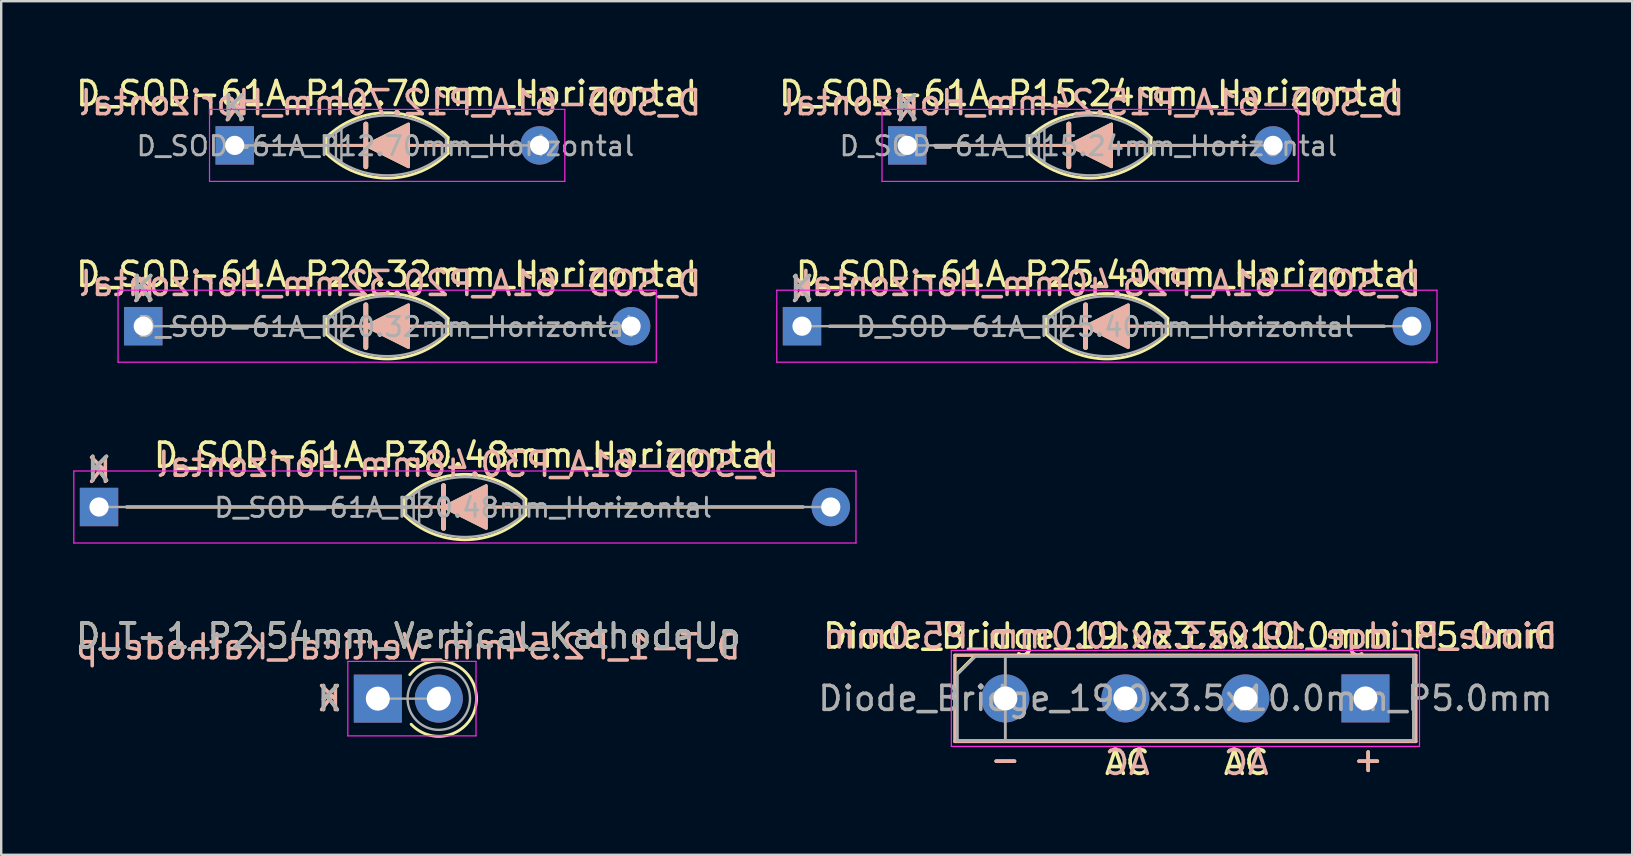
<source format=kicad_pcb>
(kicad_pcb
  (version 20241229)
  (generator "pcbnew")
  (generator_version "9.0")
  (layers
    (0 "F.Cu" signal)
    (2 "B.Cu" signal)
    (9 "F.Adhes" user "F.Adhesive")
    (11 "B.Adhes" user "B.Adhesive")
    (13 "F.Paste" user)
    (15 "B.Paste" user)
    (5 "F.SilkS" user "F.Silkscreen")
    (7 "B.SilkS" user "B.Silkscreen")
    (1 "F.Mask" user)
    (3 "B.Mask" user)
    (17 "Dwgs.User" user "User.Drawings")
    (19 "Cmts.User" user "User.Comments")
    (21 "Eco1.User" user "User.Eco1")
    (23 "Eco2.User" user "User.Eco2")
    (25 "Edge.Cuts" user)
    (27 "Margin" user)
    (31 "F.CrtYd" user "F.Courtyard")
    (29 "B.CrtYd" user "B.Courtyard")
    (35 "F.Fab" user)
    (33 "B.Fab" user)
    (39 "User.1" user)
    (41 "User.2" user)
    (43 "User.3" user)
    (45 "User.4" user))
  (footprint "D_SOD-61A_P12.70mm_Horizontal"
    (layer "F.Cu")
    (at 6.727 3.006)
    (property "Reference" "D_SOD-61A_P12.70mm_Horizontal" (at 6.35 -2.158 0) (layer "F.SilkS") (effects (font (size 1 1) (thickness 0.15))))
    (attr through_hole)
    (fp_line (start 1.143 0) (end 11.557 0) (stroke (width 0.12) (type solid)) (layer "F.SilkS"))
    (fp_line (start 3.81 0.33) (end 3.81 -0.33) (stroke (width 0.12) (type default)) (layer "F.SilkS"))
    (fp_line (start 5.461 -0.889) (end 5.461 0.889) (stroke (width 0.2) (type default)) (layer "F.SilkS"))
    (fp_line (start 8.89 0.33) (end 8.89 -0.33) (stroke (width 0.12) (type default)) (layer "F.SilkS"))
    (fp_arc (start 3.81 -0.3302) (mid 6.35 -1.360382) (end 8.89 -0.3302) (stroke (width 0.12) (type default)) (layer "F.SilkS"))
    (fp_arc (start 8.889999 0.3302) (mid 6.35 1.36356) (end 3.810001 0.330199) (stroke (width 0.12) (type default)) (layer "F.SilkS"))
    (fp_poly (pts (xy 5.461 0) (xy 7.239 -0.889) (xy 7.239 0.889)) (stroke (width 0.12) (type solid)) (fill yes) (layer "F.SilkS"))
    (fp_line (start 1.143 0) (end 11.557 0) (stroke (width 0.12) (type solid)) (layer "B.SilkS"))
    (fp_line (start 5.461 0.889) (end 5.461 -0.889) (stroke (width 0.2) (type default)) (layer "B.SilkS"))
    (fp_poly (pts (xy 5.461 0) (xy 7.239 0.889) (xy 7.239 -0.889)) (stroke (width 0.12) (type solid)) (fill yes) (layer "B.SilkS"))
    (fp_line (start -1.05 -1.5) (end -1.05 1.5) (stroke (width 0.05) (type solid)) (layer "F.CrtYd"))
    (fp_line (start -1.05 1.5) (end 13.75 1.5) (stroke (width 0.05) (type solid)) (layer "F.CrtYd"))
    (fp_line (start 13.75 -1.5) (end -1.05 -1.5) (stroke (width 0.05) (type solid)) (layer "F.CrtYd"))
    (fp_line (start 13.75 1.5) (end 13.75 -1.5) (stroke (width 0.05) (type solid)) (layer "F.CrtYd"))
    (fp_line (start 3.9 -0.3) (end 3.9 0.3) (stroke (width 0.1) (type default)) (layer "F.Fab"))
    (fp_line (start 3.9 0) (end 0 0) (stroke (width 0.1) (type default)) (layer "F.Fab"))
    (fp_line (start 8.8 -0.3) (end 8.8 0.3) (stroke (width 0.1) (type default)) (layer "F.Fab"))
    (fp_line (start 8.8 0) (end 12.7 0) (stroke (width 0.1) (type default)) (layer "F.Fab"))
    (fp_arc (start 3.900001 -0.299999) (mid 6.35 -1.246955) (end 8.799999 -0.299999) (stroke (width 0.1) (type default)) (layer "F.Fab"))
    (fp_arc (start 8.802763 0.303045) (mid 6.35 1.25) (end 3.897237 0.303045) (stroke (width 0.1) (type default)) (layer "F.Fab"))
    (fp_poly (pts (xy 4.216 -0.533) (xy 4.216 0.533) (xy 4.445 0.686) (xy 4.445 -0.686)) (stroke (width 0.1) (type solid)) (fill no) (layer "F.Fab"))
    (fp_text user "K" (at 0 -1.565 0) (layer "F.SilkS") (effects (font (size 1 1) (thickness 0.15))))
    (fp_text user "${REFERENCE}" (at 6.477 -1.778 0) (layer "B.SilkS") (effects (font (size 1 1) (thickness 0.15)) (justify mirror)))
    (fp_text user "K" (at 0 -1.524 0) (layer "B.SilkS") (effects (font (size 1 1) (thickness 0.15)) (justify mirror)))
    (fp_text user "K" (at 0 -1.565 0) (layer "F.Fab") (effects (font (size 1 1) (thickness 0.15))))
    (fp_text user "${REFERENCE}" (at 6.277 0.028 0) (layer "F.Fab") (effects (font (size 0.8 0.8) (thickness 0.12))))
    (pad "1" thru_hole rect (at 0 0) (size 1.6 1.6) (drill 0.8) (layers "*.Cu" "*.Mask"))
    (pad "2" thru_hole oval (at 12.7 0) (size 1.6 1.6) (drill 0.8) (layers "*.Cu" "*.Mask")))
  (footprint "D_SOD-61A_P25.40mm_Horizontal"
    (layer "F.Cu")
    (at 30.357 10.537)
    (property "Reference" "D_SOD-61A_P25.40mm_Horizontal" (at 12.7 -2.158 0) (layer "F.SilkS") (effects (font (size 1 1) (thickness 0.15))))
    (attr through_hole)
    (fp_line (start 1.143 0) (end 24.257 0) (stroke (width 0.12) (type solid)) (layer "F.SilkS"))
    (fp_line (start 10.16 0.33) (end 10.16 -0.33) (stroke (width 0.12) (type default)) (layer "F.SilkS"))
    (fp_line (start 11.811 -0.889) (end 11.811 0.889) (stroke (width 0.2) (type default)) (layer "F.SilkS"))
    (fp_line (start 15.24 0.33) (end 15.24 -0.33) (stroke (width 0.12) (type default)) (layer "F.SilkS"))
    (fp_arc (start 10.16 -0.3302) (mid 12.7 -1.360382) (end 15.24 -0.3302) (stroke (width 0.12) (type default)) (layer "F.SilkS"))
    (fp_arc (start 15.239999 0.3302) (mid 12.7 1.36356) (end 10.160001 0.330199) (stroke (width 0.12) (type default)) (layer "F.SilkS"))
    (fp_poly (pts (xy 11.811 0) (xy 13.589 -0.889) (xy 13.589 0.889)) (stroke (width 0.12) (type solid)) (fill yes) (layer "F.SilkS"))
    (fp_line (start 1.143 0) (end 24.257 0) (stroke (width 0.12) (type solid)) (layer "B.SilkS"))
    (fp_line (start 11.811 0.889) (end 11.811 -0.889) (stroke (width 0.2) (type default)) (layer "B.SilkS"))
    (fp_poly (pts (xy 11.811 0) (xy 13.589 0.889) (xy 13.589 -0.889)) (stroke (width 0.12) (type solid)) (fill yes) (layer "B.SilkS"))
    (fp_line (start -1.05 -1.5) (end -1.05 1.5) (stroke (width 0.05) (type solid)) (layer "F.CrtYd"))
    (fp_line (start -1.05 1.5) (end 26.45 1.5) (stroke (width 0.05) (type solid)) (layer "F.CrtYd"))
    (fp_line (start 26.45 -1.5) (end -1.05 -1.5) (stroke (width 0.05) (type solid)) (layer "F.CrtYd"))
    (fp_line (start 26.45 1.5) (end 26.45 -1.5) (stroke (width 0.05) (type solid)) (layer "F.CrtYd"))
    (fp_line (start 10.25 -0.3) (end 10.25 0.3) (stroke (width 0.1) (type default)) (layer "F.Fab"))
    (fp_line (start 10.25 0) (end 0 0) (stroke (width 0.1) (type default)) (layer "F.Fab"))
    (fp_line (start 15.15 -0.3) (end 15.15 0.3) (stroke (width 0.1) (type default)) (layer "F.Fab"))
    (fp_line (start 15.15 0) (end 25.4 0) (stroke (width 0.1) (type default)) (layer "F.Fab"))
    (fp_arc (start 10.250001 -0.299999) (mid 12.7 -1.246955) (end 15.149999 -0.299999) (stroke (width 0.1) (type default)) (layer "F.Fab"))
    (fp_arc (start 15.152763 0.303045) (mid 12.7 1.25) (end 10.247237 0.303045) (stroke (width 0.1) (type default)) (layer "F.Fab"))
    (fp_poly (pts (xy 10.566 -0.533) (xy 10.566 0.533) (xy 10.795 0.686) (xy 10.795 -0.686)) (stroke (width 0.1) (type solid)) (fill no) (layer "F.Fab"))
    (fp_text user "K" (at 0 -1.565 0) (layer "F.SilkS") (effects (font (size 1 1) (thickness 0.15))))
    (fp_text user "${REFERENCE}" (at 12.827 -1.778 0) (layer "B.SilkS") (effects (font (size 1 1) (thickness 0.15)) (justify mirror)))
    (fp_text user "K" (at 0 -1.524 0) (layer "B.SilkS") (effects (font (size 1 1) (thickness 0.15)) (justify mirror)))
    (fp_text user "K" (at 0 -1.565 0) (layer "F.Fab") (effects (font (size 1 1) (thickness 0.15))))
    (fp_text user "${REFERENCE}" (at 12.627 0.028 0) (layer "F.Fab") (effects (font (size 0.8 0.8) (thickness 0.12))))
    (pad "1" thru_hole rect (at 0 0) (size 1.6 1.6) (drill 0.8) (layers "*.Cu" "*.Mask"))
    (pad "2" thru_hole oval (at 25.4 0) (size 1.6 1.6) (drill 0.8) (layers "*.Cu" "*.Mask")))
  (footprint "D_T-1_P2.54mm_Vertical_KathodeUp"
    (layer "F.Cu")
    (at 12.688 26.051)
    (property "Reference" "D_T-1_P2.54mm_Vertical_KathodeUp" (at 1.27 -2.609 0) (layer "F.SilkS") (effects (font (size 1 1) (thickness 0.15))))
    (fp_arc (start 1.329228 -1) (mid 4.10969 -0.045178) (end 1.388747 1.067982) (stroke (width 0.12) (type solid)) (layer "F.SilkS"))
    (fp_line (start -1.25 -1.55) (end -1.25 1.55) (stroke (width 0.05) (type solid)) (layer "F.CrtYd"))
    (fp_line (start -1.25 1.55) (end 4.09 1.55) (stroke (width 0.05) (type solid)) (layer "F.CrtYd"))
    (fp_line (start 4.09 -1.55) (end -1.25 -1.55) (stroke (width 0.05) (type solid)) (layer "F.CrtYd"))
    (fp_line (start 4.09 1.55) (end 4.09 -1.55) (stroke (width 0.05) (type solid)) (layer "F.CrtYd"))
    (fp_line (start 0 0) (end 2.54 0) (stroke (width 0.1) (type solid)) (layer "F.Fab"))
    (fp_circle (center 2.54 0) (end 3.84 0) (stroke (width 0.1) (type solid)) (fill no) (layer "F.Fab"))
    (fp_text user "K" (at -2 0 0) (layer "F.SilkS") (effects (font (size 1 1) (thickness 0.15))))
    (fp_text user "K" (at -2.032 0 0) (layer "B.SilkS") (effects (font (size 1 1) (thickness 0.15)) (justify mirror)))
    (fp_text user "${REFERENCE}" (at 1.27 -2.159 0) (layer "B.SilkS") (effects (font (size 1 1) (thickness 0.15)) (justify mirror)))
    (fp_text user "K" (at -2 0 0) (layer "F.Fab") (effects (font (size 1 1) (thickness 0.15))))
    (fp_text user "${REFERENCE}" (at 1.27 -2.609 0) (layer "F.Fab") (effects (font (size 1 1) (thickness 0.15))))
    (pad "1" thru_hole rect (at 0 0) (size 2 2) (drill 1) (layers "*.Cu" "*.Mask"))
    (pad "2" thru_hole oval (at 2.54 0) (size 2 2) (drill 1) (layers "*.Cu" "*.Mask")))
  (footprint "D_SOD-61A_P20.32mm_Horizontal"
    (layer "F.Cu")
    (at 2.917 10.537)
    (property "Reference" "D_SOD-61A_P20.32mm_Horizontal" (at 10.16 -2.158 0) (layer "F.SilkS") (effects (font (size 1 1) (thickness 0.15))))
    (attr through_hole)
    (fp_line (start 1.143 0) (end 19.177 0) (stroke (width 0.12) (type solid)) (layer "F.SilkS"))
    (fp_line (start 7.62 0.33) (end 7.62 -0.33) (stroke (width 0.12) (type default)) (layer "F.SilkS"))
    (fp_line (start 9.271 -0.889) (end 9.271 0.889) (stroke (width 0.2) (type default)) (layer "F.SilkS"))
    (fp_line (start 12.7 0.33) (end 12.7 -0.33) (stroke (width 0.12) (type default)) (layer "F.SilkS"))
    (fp_arc (start 7.62 -0.3302) (mid 10.16 -1.360382) (end 12.7 -0.3302) (stroke (width 0.12) (type default)) (layer "F.SilkS"))
    (fp_arc (start 12.699999 0.3302) (mid 10.16 1.36356) (end 7.620001 0.330199) (stroke (width 0.12) (type default)) (layer "F.SilkS"))
    (fp_poly (pts (xy 9.271 0) (xy 11.049 -0.889) (xy 11.049 0.889)) (stroke (width 0.12) (type solid)) (fill yes) (layer "F.SilkS"))
    (fp_line (start 1.143 0) (end 19.177 0) (stroke (width 0.12) (type solid)) (layer "B.SilkS"))
    (fp_line (start 9.271 0.889) (end 9.271 -0.889) (stroke (width 0.2) (type default)) (layer "B.SilkS"))
    (fp_poly (pts (xy 9.271 0) (xy 11.049 0.889) (xy 11.049 -0.889)) (stroke (width 0.12) (type solid)) (fill yes) (layer "B.SilkS"))
    (fp_line (start -1.05 -1.5) (end -1.05 1.5) (stroke (width 0.05) (type solid)) (layer "F.CrtYd"))
    (fp_line (start -1.05 1.5) (end 21.37 1.5) (stroke (width 0.05) (type solid)) (layer "F.CrtYd"))
    (fp_line (start 21.37 -1.5) (end -1.05 -1.5) (stroke (width 0.05) (type solid)) (layer "F.CrtYd"))
    (fp_line (start 21.37 1.5) (end 21.37 -1.5) (stroke (width 0.05) (type solid)) (layer "F.CrtYd"))
    (fp_line (start 7.71 -0.3) (end 7.71 0.3) (stroke (width 0.1) (type default)) (layer "F.Fab"))
    (fp_line (start 7.71 0) (end 0 0) (stroke (width 0.1) (type default)) (layer "F.Fab"))
    (fp_line (start 12.61 -0.3) (end 12.61 0.3) (stroke (width 0.1) (type default)) (layer "F.Fab"))
    (fp_line (start 12.61 0) (end 20.32 0) (stroke (width 0.1) (type default)) (layer "F.Fab"))
    (fp_arc (start 7.710001 -0.299999) (mid 10.16 -1.246955) (end 12.609999 -0.299999) (stroke (width 0.1) (type default)) (layer "F.Fab"))
    (fp_arc (start 12.612763 0.303045) (mid 10.16 1.25) (end 7.707237 0.303045) (stroke (width 0.1) (type default)) (layer "F.Fab"))
    (fp_poly (pts (xy 8.026 -0.533) (xy 8.026 0.533) (xy 8.255 0.686) (xy 8.255 -0.686)) (stroke (width 0.1) (type solid)) (fill no) (layer "F.Fab"))
    (fp_text user "K" (at 0 -1.565 0) (layer "F.SilkS") (effects (font (size 1 1) (thickness 0.15))))
    (fp_text user "${REFERENCE}" (at 10.287 -1.778 0) (layer "B.SilkS") (effects (font (size 1 1) (thickness 0.15)) (justify mirror)))
    (fp_text user "K" (at 0 -1.524 0) (layer "B.SilkS") (effects (font (size 1 1) (thickness 0.15)) (justify mirror)))
    (fp_text user "K" (at 0 -1.565 0) (layer "F.Fab") (effects (font (size 1 1) (thickness 0.15))))
    (fp_text user "${REFERENCE}" (at 10.087 0.028 0) (layer "F.Fab") (effects (font (size 0.8 0.8) (thickness 0.12))))
    (pad "1" thru_hole rect (at 0 0) (size 1.6 1.6) (drill 0.8) (layers "*.Cu" "*.Mask"))
    (pad "2" thru_hole oval (at 20.32 0) (size 1.6 1.6) (drill 0.8) (layers "*.Cu" "*.Mask")))
  (footprint "Diode_Bridge_19.0x3.5x10.0mm_P5.0mm"
    (layer "F.Cu")
    (at 53.827 26.042)
    (property "Reference" "Diode_Bridge_19.0x3.5x10.0mm_P5.0mm" (at -7.3 -2.6 180) (layer "F.SilkS") (effects (font (size 1 1) (thickness 0.15))))
    (fp_line (start -17.1 -1.8) (end 2.1 -1.8) (stroke (width 0.12) (type solid)) (layer "F.SilkS"))
    (fp_line (start -17.1 1.8) (end -17.1 -1.8) (stroke (width 0.12) (type solid)) (layer "F.SilkS"))
    (fp_line (start -16.27 -1.778) (end -17.032 -1.016) (stroke (width 0.12) (type solid)) (layer "F.SilkS"))
    (fp_line (start 2.1 -1.8) (end 2.1 1.8) (stroke (width 0.12) (type solid)) (layer "F.SilkS"))
    (fp_line (start 2.1 1.8) (end -17.1 1.8) (stroke (width 0.12) (type solid)) (layer "F.SilkS"))
    (fp_line (start -17.1 -1.8) (end 2.1 -1.8) (stroke (width 0.12) (type solid)) (layer "B.SilkS"))
    (fp_line (start -17.1 1.8) (end -17.1 -1.8) (stroke (width 0.12) (type solid)) (layer "B.SilkS"))
    (fp_line (start 2.1 -1.8) (end 2.1 1.8) (stroke (width 0.12) (type solid)) (layer "B.SilkS"))
    (fp_line (start 2.1 1.8) (end -17.1 1.8) (stroke (width 0.12) (type solid)) (layer "B.SilkS"))
    (fp_line (start -17.25 -2) (end -17.25 2) (stroke (width 0.05) (type solid)) (layer "F.CrtYd"))
    (fp_line (start -17.25 -2) (end 2.25 -2) (stroke (width 0.05) (type solid)) (layer "F.CrtYd"))
    (fp_line (start 2.25 2) (end -17.25 2) (stroke (width 0.05) (type solid)) (layer "F.CrtYd"))
    (fp_line (start 2.25 2) (end 2.25 -2) (stroke (width 0.05) (type solid)) (layer "F.CrtYd"))
    (fp_line (start -17 -1) (end -16.25 -1.75) (stroke (width 0.12) (type solid)) (layer "F.Fab"))
    (fp_line (start -17 1.75) (end -17 -1) (stroke (width 0.12) (type solid)) (layer "F.Fab"))
    (fp_line (start -16.25 -1.75) (end 2 -1.75) (stroke (width 0.12) (type solid)) (layer "F.Fab"))
    (fp_line (start -15 -1.75) (end -15 1.75) (stroke (width 0.12) (type solid)) (layer "F.Fab"))
    (fp_line (start 2 -1.75) (end 2 1.75) (stroke (width 0.12) (type solid)) (layer "F.Fab"))
    (fp_line (start 2 1.75) (end -17 1.75) (stroke (width 0.12) (type solid)) (layer "F.Fab"))
    (fp_text user "+" (at 0.113 2.54 0) (layer "F.SilkS") (effects (font (size 1 1) (thickness 0.15))))
    (fp_text user "-" (at -15 2.54 0) (layer "F.SilkS") (effects (font (size 1 1) (thickness 0.15))))
    (fp_text user "AC" (at -4.967 2.667 0) (layer "F.SilkS") (effects (font (size 1 1) (thickness 0.15))))
    (fp_text user "AC" (at -9.92 2.667 0) (layer "F.SilkS") (effects (font (size 1 1) (thickness 0.15))))
    (fp_text user "-" (at -15 2.54 0) (layer "B.SilkS") (effects (font (size 1 1) (thickness 0.15)) (justify mirror)))
    (fp_text user "AC" (at -9.92 2.667 0) (layer "B.SilkS") (effects (font (size 1 1) (thickness 0.15)) (justify mirror)))
    (fp_text user "AC" (at -4.967 2.667 0) (layer "B.SilkS") (effects (font (size 1 1) (thickness 0.15)) (justify mirror)))
    (fp_text user "${REFERENCE}" (at -7.3 -2.6 0) (layer "B.SilkS") (effects (font (size 1 1) (thickness 0.15)) (justify mirror)))
    (fp_text user "+" (at 0.113 2.54 0) (layer "B.SilkS") (effects (font (size 1 1) (thickness 0.15)) (justify mirror)))
    (fp_text user "${REFERENCE}" (at -7.5 0 180) (layer "F.Fab") (effects (font (size 1 1) (thickness 0.15))))
    (pad "1" thru_hole rect (at 0 0) (size 2 2) (drill 1) (layers "*.Cu" "*.Mask"))
    (pad "2" thru_hole circle (at -5 0) (size 2 2) (drill 1) (layers "*.Cu" "*.Mask"))
    (pad "3" thru_hole circle (at -10 0) (size 2 2) (drill 1) (layers "*.Cu" "*.Mask"))
    (pad "4" thru_hole circle (at -15 0) (size 2 2) (drill 1) (layers "*.Cu" "*.Mask")))
  (footprint "D_SOD-61A_P15.24mm_Horizontal"
    (layer "F.Cu")
    (at 34.739 3.006)
    (property "Reference" "D_SOD-61A_P15.24mm_Horizontal" (at 7.62 -2.158 0) (layer "F.SilkS") (effects (font (size 1 1) (thickness 0.15))))
    (attr through_hole)
    (fp_line (start 1.143 0) (end 14.097 0) (stroke (width 0.12) (type solid)) (layer "F.SilkS"))
    (fp_line (start 5.08 0.33) (end 5.08 -0.33) (stroke (width 0.12) (type default)) (layer "F.SilkS"))
    (fp_line (start 6.731 -0.889) (end 6.731 0.889) (stroke (width 0.2) (type default)) (layer "F.SilkS"))
    (fp_line (start 10.16 0.33) (end 10.16 -0.33) (stroke (width 0.12) (type default)) (layer "F.SilkS"))
    (fp_arc (start 5.08 -0.3302) (mid 7.62 -1.360382) (end 10.16 -0.3302) (stroke (width 0.12) (type default)) (layer "F.SilkS"))
    (fp_arc (start 10.159999 0.3302) (mid 7.62 1.36356) (end 5.080001 0.330199) (stroke (width 0.12) (type default)) (layer "F.SilkS"))
    (fp_poly (pts (xy 6.731 0) (xy 8.509 -0.889) (xy 8.509 0.889)) (stroke (width 0.12) (type solid)) (fill yes) (layer "F.SilkS"))
    (fp_line (start 1.143 0) (end 14.097 0) (stroke (width 0.12) (type solid)) (layer "B.SilkS"))
    (fp_line (start 6.731 0.889) (end 6.731 -0.889) (stroke (width 0.2) (type default)) (layer "B.SilkS"))
    (fp_poly (pts (xy 6.731 0) (xy 8.509 0.889) (xy 8.509 -0.889)) (stroke (width 0.12) (type solid)) (fill yes) (layer "B.SilkS"))
    (fp_line (start -1.05 -1.5) (end -1.05 1.5) (stroke (width 0.05) (type solid)) (layer "F.CrtYd"))
    (fp_line (start -1.05 1.5) (end 16.29 1.5) (stroke (width 0.05) (type solid)) (layer "F.CrtYd"))
    (fp_line (start 16.29 -1.5) (end -1.05 -1.5) (stroke (width 0.05) (type solid)) (layer "F.CrtYd"))
    (fp_line (start 16.29 1.5) (end 16.29 -1.5) (stroke (width 0.05) (type solid)) (layer "F.CrtYd"))
    (fp_line (start 5.17 -0.3) (end 5.17 0.3) (stroke (width 0.1) (type default)) (layer "F.Fab"))
    (fp_line (start 5.17 0) (end 0 0) (stroke (width 0.1) (type default)) (layer "F.Fab"))
    (fp_line (start 10.07 -0.3) (end 10.07 0.3) (stroke (width 0.1) (type default)) (layer "F.Fab"))
    (fp_line (start 10.07 0) (end 15.24 0) (stroke (width 0.1) (type default)) (layer "F.Fab"))
    (fp_arc (start 5.170001 -0.299999) (mid 7.62 -1.246955) (end 10.069999 -0.299999) (stroke (width 0.1) (type default)) (layer "F.Fab"))
    (fp_arc (start 10.072763 0.303045) (mid 7.62 1.25) (end 5.167237 0.303045) (stroke (width 0.1) (type default)) (layer "F.Fab"))
    (fp_poly (pts (xy 5.486 -0.533) (xy 5.486 0.533) (xy 5.715 0.686) (xy 5.715 -0.686)) (stroke (width 0.1) (type solid)) (fill no) (layer "F.Fab"))
    (fp_text user "K" (at 0 -1.565 0) (layer "F.SilkS") (effects (font (size 1 1) (thickness 0.15))))
    (fp_text user "K" (at 0 -1.524 0) (layer "B.SilkS") (effects (font (size 1 1) (thickness 0.15)) (justify mirror)))
    (fp_text user "${REFERENCE}" (at 7.747 -1.778 0) (layer "B.SilkS") (effects (font (size 1 1) (thickness 0.15)) (justify mirror)))
    (fp_text user "${REFERENCE}" (at 7.547 0.028 0) (layer "F.Fab") (effects (font (size 0.8 0.8) (thickness 0.12))))
    (fp_text user "K" (at 0 -1.565 0) (layer "F.Fab") (effects (font (size 1 1) (thickness 0.15))))
    (pad "1" thru_hole rect (at 0 0) (size 1.6 1.6) (drill 0.8) (layers "*.Cu" "*.Mask"))
    (pad "2" thru_hole oval (at 15.24 0) (size 1.6 1.6) (drill 0.8) (layers "*.Cu" "*.Mask")))
  (footprint "D_SOD-61A_P30.48mm_Horizontal"
    (layer "F.Cu")
    (at 1.075 18.069)
    (property "Reference" "D_SOD-61A_P30.48mm_Horizontal" (at 15.24 -2.158 0) (layer "F.SilkS") (effects (font (size 1 1) (thickness 0.15))))
    (attr through_hole)
    (fp_line (start 1.143 0) (end 29.337 0) (stroke (width 0.12) (type solid)) (layer "F.SilkS"))
    (fp_line (start 12.7 0.33) (end 12.7 -0.33) (stroke (width 0.12) (type default)) (layer "F.SilkS"))
    (fp_line (start 14.351 -0.889) (end 14.351 0.889) (stroke (width 0.2) (type default)) (layer "F.SilkS"))
    (fp_line (start 17.78 0.33) (end 17.78 -0.33) (stroke (width 0.12) (type default)) (layer "F.SilkS"))
    (fp_arc (start 12.7 -0.3302) (mid 15.24 -1.360382) (end 17.78 -0.3302) (stroke (width 0.12) (type default)) (layer "F.SilkS"))
    (fp_arc (start 17.779999 0.3302) (mid 15.24 1.36356) (end 12.700001 0.330199) (stroke (width 0.12) (type default)) (layer "F.SilkS"))
    (fp_poly (pts (xy 14.351 0) (xy 16.129 -0.889) (xy 16.129 0.889)) (stroke (width 0.12) (type solid)) (fill yes) (layer "F.SilkS"))
    (fp_line (start 1.143 0) (end 29.337 0) (stroke (width 0.12) (type solid)) (layer "B.SilkS"))
    (fp_line (start 14.351 0.889) (end 14.351 -0.889) (stroke (width 0.2) (type default)) (layer "B.SilkS"))
    (fp_poly (pts (xy 14.351 0) (xy 16.129 0.889) (xy 16.129 -0.889)) (stroke (width 0.12) (type solid)) (fill yes) (layer "B.SilkS"))
    (fp_line (start -1.05 -1.5) (end -1.05 1.5) (stroke (width 0.05) (type solid)) (layer "F.CrtYd"))
    (fp_line (start -1.05 1.5) (end 31.53 1.5) (stroke (width 0.05) (type solid)) (layer "F.CrtYd"))
    (fp_line (start 31.53 -1.5) (end -1.05 -1.5) (stroke (width 0.05) (type solid)) (layer "F.CrtYd"))
    (fp_line (start 31.53 1.5) (end 31.53 -1.5) (stroke (width 0.05) (type solid)) (layer "F.CrtYd"))
    (fp_line (start 12.79 -0.3) (end 12.79 0.3) (stroke (width 0.1) (type default)) (layer "F.Fab"))
    (fp_line (start 12.79 0) (end 0 0) (stroke (width 0.1) (type default)) (layer "F.Fab"))
    (fp_line (start 17.69 -0.3) (end 17.69 0.3) (stroke (width 0.1) (type default)) (layer "F.Fab"))
    (fp_line (start 17.69 0) (end 30.48 0) (stroke (width 0.1) (type default)) (layer "F.Fab"))
    (fp_arc (start 12.790001 -0.299999) (mid 15.24 -1.246955) (end 17.689999 -0.299999) (stroke (width 0.1) (type default)) (layer "F.Fab"))
    (fp_arc (start 17.692763 0.303045) (mid 15.24 1.25) (end 12.787237 0.303045) (stroke (width 0.1) (type default)) (layer "F.Fab"))
    (fp_poly (pts (xy 13.106 -0.533) (xy 13.106 0.533) (xy 13.335 0.686) (xy 13.335 -0.686)) (stroke (width 0.1) (type solid)) (fill no) (layer "F.Fab"))
    (fp_text user "K" (at 0 -1.565 0) (layer "F.SilkS") (effects (font (size 1 1) (thickness 0.15))))
    (fp_text user "${REFERENCE}" (at 15.367 -1.778 0) (layer "B.SilkS") (effects (font (size 1 1) (thickness 0.15)) (justify mirror)))
    (fp_text user "K" (at 0 -1.524 0) (layer "B.SilkS") (effects (font (size 1 1) (thickness 0.15)) (justify mirror)))
    (fp_text user "K" (at 0 -1.565 0) (layer "F.Fab") (effects (font (size 1 1) (thickness 0.15))))
    (fp_text user "${REFERENCE}" (at 15.167 0.028 0) (layer "F.Fab") (effects (font (size 0.8 0.8) (thickness 0.12))))
    (pad "1" thru_hole rect (at 0 0) (size 1.6 1.6) (drill 0.8) (layers "*.Cu" "*.Mask"))
    (pad "2" thru_hole oval (at 30.48 0) (size 1.6 1.6) (drill 0.8) (layers "*.Cu" "*.Mask")))
  (gr_rect
    (start -3 -3)
    (end 64.938 32.557)
    (stroke (width 0.1) (type default))
    (fill no)
    (layer "Edge.Cuts")))
</source>
